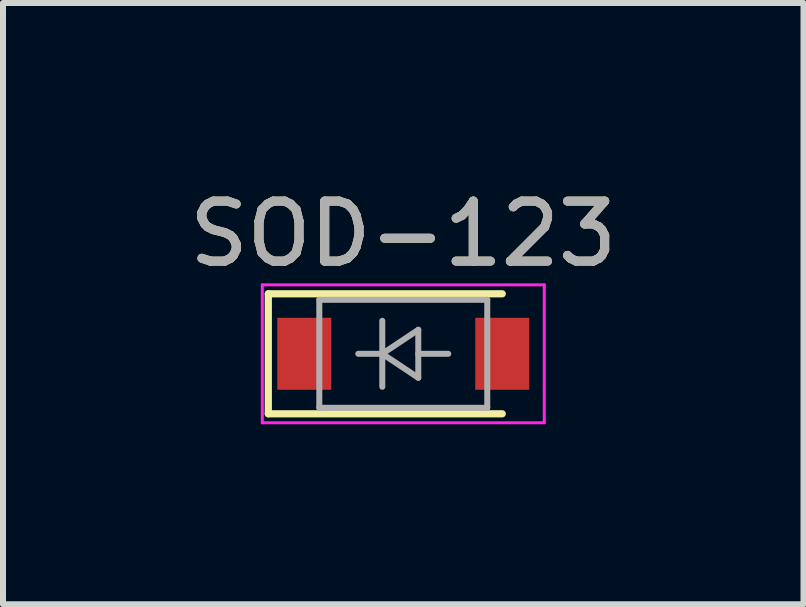
<source format=kicad_pcb>
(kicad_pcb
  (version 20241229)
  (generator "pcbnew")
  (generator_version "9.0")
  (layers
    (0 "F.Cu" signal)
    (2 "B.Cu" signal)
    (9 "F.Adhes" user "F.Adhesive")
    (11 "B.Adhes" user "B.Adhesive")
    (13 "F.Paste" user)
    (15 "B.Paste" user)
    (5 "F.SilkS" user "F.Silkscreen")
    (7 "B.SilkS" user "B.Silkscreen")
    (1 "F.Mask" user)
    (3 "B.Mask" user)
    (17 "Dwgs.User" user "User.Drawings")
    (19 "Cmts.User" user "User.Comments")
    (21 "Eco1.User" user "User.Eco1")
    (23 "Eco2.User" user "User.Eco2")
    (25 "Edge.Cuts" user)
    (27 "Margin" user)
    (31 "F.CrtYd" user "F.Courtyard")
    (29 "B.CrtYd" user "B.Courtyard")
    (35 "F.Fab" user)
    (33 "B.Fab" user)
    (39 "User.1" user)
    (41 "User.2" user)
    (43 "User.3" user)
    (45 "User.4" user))
  (footprint "SOD-123"
    (layer "F.Cu")
    (at 3.673 2.848)
    (property "Reference" "SOD-123" (at 0 -2 0) (layer "F.SilkS") (effects (font (size 1 1) (thickness 0.15))))
    (attr smd)
    (fp_line (start -2.25 -1) (end -2.25 1) (stroke (width 0.12) (type solid)) (layer "F.SilkS"))
    (fp_line (start -2.25 -1) (end 1.65 -1) (stroke (width 0.12) (type solid)) (layer "F.SilkS"))
    (fp_line (start -2.25 1) (end 1.65 1) (stroke (width 0.12) (type solid)) (layer "F.SilkS"))
    (fp_line (start -2.35 -1.15) (end -2.35 1.15) (stroke (width 0.05) (type solid)) (layer "F.CrtYd"))
    (fp_line (start -2.35 -1.15) (end 2.35 -1.15) (stroke (width 0.05) (type solid)) (layer "F.CrtYd"))
    (fp_line (start 2.35 -1.15) (end 2.35 1.15) (stroke (width 0.05) (type solid)) (layer "F.CrtYd"))
    (fp_line (start 2.35 1.15) (end -2.35 1.15) (stroke (width 0.05) (type solid)) (layer "F.CrtYd"))
    (fp_line (start -1.4 -0.9) (end 1.4 -0.9) (stroke (width 0.1) (type solid)) (layer "F.Fab"))
    (fp_line (start -1.4 0.9) (end -1.4 -0.9) (stroke (width 0.1) (type solid)) (layer "F.Fab"))
    (fp_line (start -0.75 0) (end -0.35 0) (stroke (width 0.1) (type solid)) (layer "F.Fab"))
    (fp_line (start -0.35 0) (end -0.35 -0.55) (stroke (width 0.1) (type solid)) (layer "F.Fab"))
    (fp_line (start -0.35 0) (end -0.35 0.55) (stroke (width 0.1) (type solid)) (layer "F.Fab"))
    (fp_line (start -0.35 0) (end 0.25 -0.4) (stroke (width 0.1) (type solid)) (layer "F.Fab"))
    (fp_line (start 0.25 -0.4) (end 0.25 0.4) (stroke (width 0.1) (type solid)) (layer "F.Fab"))
    (fp_line (start 0.25 0) (end 0.75 0) (stroke (width 0.1) (type solid)) (layer "F.Fab"))
    (fp_line (start 0.25 0.4) (end -0.35 0) (stroke (width 0.1) (type solid)) (layer "F.Fab"))
    (fp_line (start 1.4 -0.9) (end 1.4 0.9) (stroke (width 0.1) (type solid)) (layer "F.Fab"))
    (fp_line (start 1.4 0.9) (end -1.4 0.9) (stroke (width 0.1) (type solid)) (layer "F.Fab"))
    (fp_text user "${REFERENCE}" (at 0 -2 0) (layer "F.Fab") (effects (font (size 1 1) (thickness 0.15))))
    (pad "1" smd rect (at -1.65 0) (size 0.9 1.2) (layers "F.Cu" "F.Mask" "F.Paste"))
    (pad "2" smd rect (at 1.65 0) (size 0.9 1.2) (layers "F.Cu" "F.Mask" "F.Paste")))
  (gr_rect
    (start -3 -3)
    (end 10.345 7.023)
    (stroke (width 0.1) (type default))
    (fill no)
    (layer "Edge.Cuts")))
</source>
